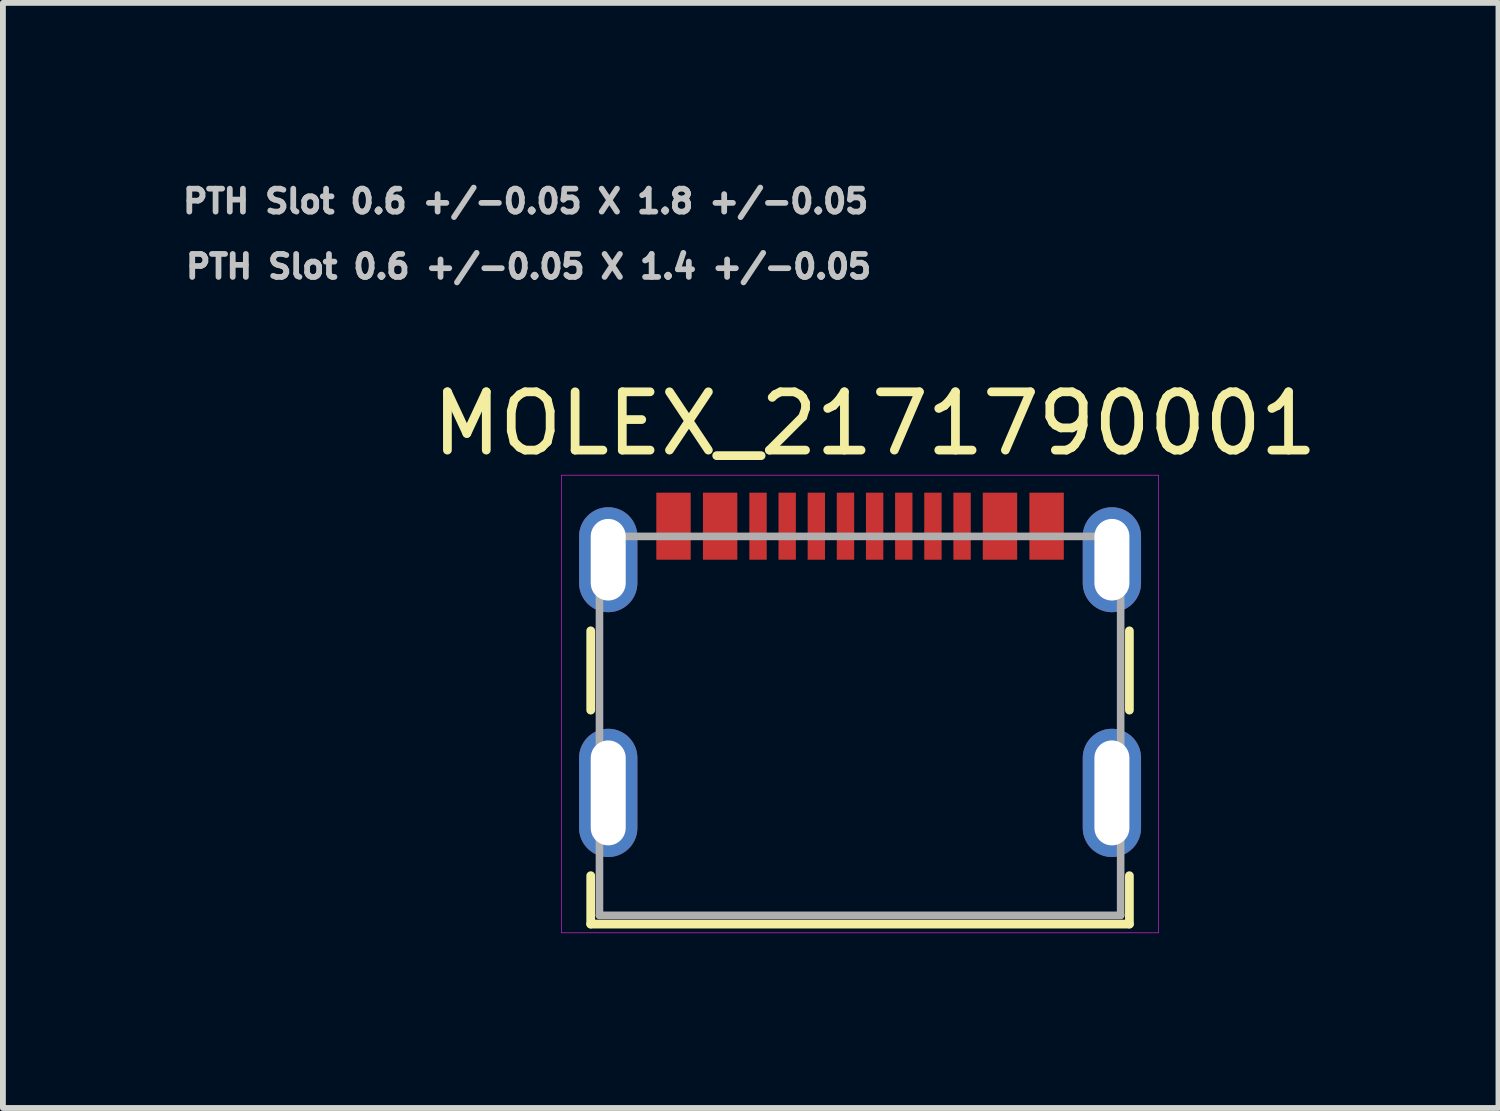
<source format=kicad_pcb>
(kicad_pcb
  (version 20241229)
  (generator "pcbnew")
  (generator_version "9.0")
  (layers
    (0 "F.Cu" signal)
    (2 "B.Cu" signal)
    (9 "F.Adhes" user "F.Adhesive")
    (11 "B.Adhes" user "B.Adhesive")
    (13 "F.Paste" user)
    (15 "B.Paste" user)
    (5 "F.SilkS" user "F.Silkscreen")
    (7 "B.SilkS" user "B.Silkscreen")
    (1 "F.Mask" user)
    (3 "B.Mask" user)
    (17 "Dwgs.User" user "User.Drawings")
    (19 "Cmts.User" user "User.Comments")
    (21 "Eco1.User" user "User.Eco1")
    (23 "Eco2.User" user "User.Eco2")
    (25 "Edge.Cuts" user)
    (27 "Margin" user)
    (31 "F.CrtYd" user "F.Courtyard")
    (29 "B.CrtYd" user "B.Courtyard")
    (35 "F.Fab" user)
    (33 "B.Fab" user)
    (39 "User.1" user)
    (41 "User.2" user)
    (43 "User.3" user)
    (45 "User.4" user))
  (footprint "MOLEX_2171790001"
    (layer "F.Cu")
    (at 11.703 9.401)
    (property "Reference" "MOLEX_2171790001" (at 0.255 -5.185 0) (layer "F.SilkS") (effects (font (size 1 1) (thickness 0.15))))
    (attr smd)
    (fp_poly (pts (xy -3.558 -4.064) (xy -2.841 -4.064) (xy -2.841 -2.787) (xy -3.558 -2.787)) (stroke (width 0.01) (type solid)) (fill yes) (layer "F.Mask"))
    (fp_poly (pts (xy -2.759 -4.064) (xy -2.042 -4.064) (xy -2.042 -2.787) (xy -2.759 -2.787)) (stroke (width 0.01) (type solid)) (fill yes) (layer "F.Mask"))
    (fp_poly (pts (xy -1.962 -4.064) (xy -1.538 -4.064) (xy -1.538 -2.787) (xy -1.962 -2.787)) (stroke (width 0.01) (type solid)) (fill yes) (layer "F.Mask"))
    (fp_poly (pts (xy -1.462 -4.064) (xy -1.038 -4.064) (xy -1.038 -2.787) (xy -1.462 -2.787)) (stroke (width 0.01) (type solid)) (fill yes) (layer "F.Mask"))
    (fp_poly (pts (xy -0.963 -4.064) (xy -0.537 -4.064) (xy -0.537 -2.787) (xy -0.963 -2.787)) (stroke (width 0.01) (type solid)) (fill yes) (layer "F.Mask"))
    (fp_poly (pts (xy -0.463 -4.064) (xy -0.037 -4.064) (xy -0.037 -2.787) (xy -0.463 -2.787)) (stroke (width 0.01) (type solid)) (fill yes) (layer "F.Mask"))
    (fp_poly (pts (xy 0.037 -4.064) (xy 0.463 -4.064) (xy 0.463 -2.787) (xy 0.037 -2.787)) (stroke (width 0.01) (type solid)) (fill yes) (layer "F.Mask"))
    (fp_poly (pts (xy 0.537 -4.064) (xy 0.963 -4.064) (xy 0.963 -2.787) (xy 0.537 -2.787)) (stroke (width 0.01) (type solid)) (fill yes) (layer "F.Mask"))
    (fp_poly (pts (xy 1.038 -4.064) (xy 1.462 -4.064) (xy 1.462 -2.787) (xy 1.038 -2.787)) (stroke (width 0.01) (type solid)) (fill yes) (layer "F.Mask"))
    (fp_poly (pts (xy 1.538 -4.064) (xy 1.962 -4.064) (xy 1.962 -2.787) (xy 1.538 -2.787)) (stroke (width 0.01) (type solid)) (fill yes) (layer "F.Mask"))
    (fp_poly (pts (xy 2.042 -4.064) (xy 2.759 -4.064) (xy 2.759 -2.787) (xy 2.042 -2.787)) (stroke (width 0.01) (type solid)) (fill yes) (layer "F.Mask"))
    (fp_poly (pts (xy 2.841 -4.064) (xy 3.558 -4.064) (xy 3.558 -2.787) (xy 2.841 -2.787)) (stroke (width 0.01) (type solid)) (fill yes) (layer "F.Mask"))
    (fp_line (start -4.62 -0.27) (end -4.62 -1.63) (stroke (width 0.15) (type solid)) (layer "F.SilkS"))
    (fp_line (start -4.62 3.4) (end -4.62 2.57) (stroke (width 0.15) (type solid)) (layer "F.SilkS"))
    (fp_line (start 4.62 -1.63) (end 4.62 -0.27) (stroke (width 0.15) (type solid)) (layer "F.SilkS"))
    (fp_line (start 4.62 2.57) (end 4.62 3.4) (stroke (width 0.15) (type solid)) (layer "F.SilkS"))
    (fp_line (start 4.62 3.4) (end -4.62 3.4) (stroke (width 0.15) (type solid)) (layer "F.SilkS"))
    (fp_line (start -5.12 -4.3) (end 5.12 -4.3) (stroke (width 0.01) (type solid)) (layer "F.CrtYd"))
    (fp_line (start -5.12 3.55) (end -5.12 -4.3) (stroke (width 0.01) (type solid)) (layer "F.CrtYd"))
    (fp_line (start 5.12 -4.3) (end 5.12 3.55) (stroke (width 0.01) (type solid)) (layer "F.CrtYd"))
    (fp_line (start 5.12 3.55) (end -5.12 3.55) (stroke (width 0.01) (type solid)) (layer "F.CrtYd"))
    (fp_line (start -4.47 -3.25) (end 4.47 -3.25) (stroke (width 0.13) (type solid)) (layer "F.Fab"))
    (fp_line (start -4.47 3.25) (end -4.47 -3.25) (stroke (width 0.13) (type solid)) (layer "F.Fab"))
    (fp_line (start 4.47 -3.25) (end 4.47 3.25) (stroke (width 0.13) (type solid)) (layer "F.Fab"))
    (fp_line (start 4.47 3.25) (end -4.47 3.25) (stroke (width 0.13) (type solid)) (layer "F.Fab"))
    (fp_text user "PTH Slot 0.6 +/-0.05 X 1.4 +/-0.05" (at -5.686 -7.878 0) (layer "Dwgs.User") (effects (font (size 0.394 0.394) (thickness 0.15))))
    (fp_text user "PTH Slot 0.6 +/-0.05 X 1.8 +/-0.05" (at -5.736 -8.998 0) (layer "Dwgs.User") (effects (font (size 0.394 0.394) (thickness 0.15))))
    (pad "A1B12" smd rect (at -3.2 -3.425) (size 0.59 1.15) (layers "F.Cu" "F.Paste"))
    (pad "A4B9" smd rect (at -2.4 -3.425) (size 0.59 1.15) (layers "F.Cu" "F.Paste"))
    (pad "A5" smd rect (at -1.25 -3.425) (size 0.298 1.15) (layers "F.Cu" "F.Paste"))
    (pad "A6" smd rect (at -0.25 -3.425) (size 0.298 1.15) (layers "F.Cu" "F.Paste"))
    (pad "A7" smd rect (at 0.25 -3.425) (size 0.298 1.15) (layers "F.Cu" "F.Paste"))
    (pad "A8" smd rect (at 1.25 -3.425) (size 0.298 1.15) (layers "F.Cu" "F.Paste"))
    (pad "B1A12" smd rect (at 3.2 -3.425) (size 0.59 1.15) (layers "F.Cu" "F.Paste"))
    (pad "B4A9" smd rect (at 2.4 -3.425) (size 0.59 1.15) (layers "F.Cu" "F.Paste"))
    (pad "B5" smd rect (at 1.75 -3.425) (size 0.298 1.15) (layers "F.Cu" "F.Paste"))
    (pad "B6" smd rect (at 0.75 -3.425) (size 0.298 1.15) (layers "F.Cu" "F.Paste"))
    (pad "B7" smd rect (at -0.75 -3.425) (size 0.298 1.15) (layers "F.Cu" "F.Paste"))
    (pad "B8" smd rect (at -1.75 -3.425) (size 0.298 1.15) (layers "F.Cu" "F.Paste"))
    (pad "SH1" thru_hole oval (at -4.32 1.15) (size 1 2.2) (drill oval 0.6 1.8) (layers "*.Cu" "*.Mask"))
    (pad "SH2" thru_hole oval (at 4.32 1.15) (size 1 2.2) (drill oval 0.6 1.8) (layers "*.Cu" "*.Mask"))
    (pad "SH3" thru_hole oval (at -4.32 -2.85) (size 1 1.8) (drill oval 0.6 1.4) (layers "*.Cu" "*.Mask"))
    (pad "SH4" thru_hole oval (at 4.32 -2.85) (size 1 1.8) (drill oval 0.6 1.4) (layers "*.Cu" "*.Mask")))
  (gr_rect
    (start -3 -3)
    (end 22.654 15.956)
    (stroke (width 0.1) (type default))
    (fill no)
    (layer "Edge.Cuts")))
</source>
